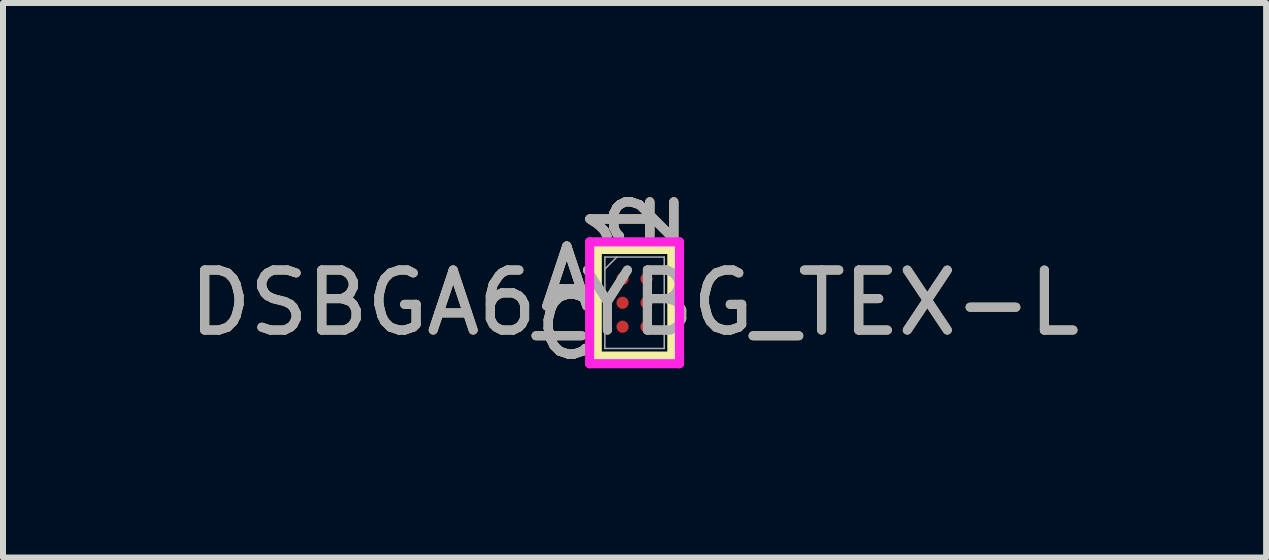
<source format=kicad_pcb>
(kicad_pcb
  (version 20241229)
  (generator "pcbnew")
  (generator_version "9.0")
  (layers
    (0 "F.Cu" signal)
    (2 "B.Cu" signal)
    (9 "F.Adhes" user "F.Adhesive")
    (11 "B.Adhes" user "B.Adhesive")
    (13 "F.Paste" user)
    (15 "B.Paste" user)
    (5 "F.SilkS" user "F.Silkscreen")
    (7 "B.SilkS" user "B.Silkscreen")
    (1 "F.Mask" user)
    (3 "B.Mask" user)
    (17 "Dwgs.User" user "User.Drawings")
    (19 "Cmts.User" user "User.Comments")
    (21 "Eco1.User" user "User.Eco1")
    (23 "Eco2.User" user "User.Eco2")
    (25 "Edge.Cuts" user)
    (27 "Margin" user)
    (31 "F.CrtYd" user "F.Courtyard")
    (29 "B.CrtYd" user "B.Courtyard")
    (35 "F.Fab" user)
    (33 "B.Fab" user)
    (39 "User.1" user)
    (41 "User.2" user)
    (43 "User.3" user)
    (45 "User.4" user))
  (footprint "DSBGA6_YBG_TEX-L"
    (layer "F.Cu")
    (at 7.53 1.998)
    (property "Reference" "DSBGA6_YBG_TEX-L" (at 0 0 0) (unlocked yes) (layer "F.SilkS") (effects (font (size 1 1) (thickness 0.15))))
    (attr smd)
    (fp_line (start -0.622 -0.889) (end -0.622 0.889) (stroke (width 0.152) (type solid)) (layer "F.SilkS"))
    (fp_line (start -0.622 0.889) (end 0.622 0.889) (stroke (width 0.152) (type solid)) (layer "F.SilkS"))
    (fp_line (start 0.622 -0.889) (end -0.622 -0.889) (stroke (width 0.152) (type solid)) (layer "F.SilkS"))
    (fp_line (start 0.622 0.889) (end 0.622 -0.889) (stroke (width 0.152) (type solid)) (layer "F.SilkS"))
    (fp_poly (pts (xy -0.845 -1.045) (xy 0.845 -1.045) (xy 0.845 1.045) (xy -0.845 1.045)) (stroke (width 0.1) (type solid)) (fill no) (layer "Eco2.User"))
    (fp_line (start -0.749 -1.016) (end 0.749 -1.016) (stroke (width 0.152) (type solid)) (layer "F.CrtYd"))
    (fp_line (start -0.749 1.016) (end -0.749 -1.016) (stroke (width 0.152) (type solid)) (layer "F.CrtYd"))
    (fp_line (start 0.749 -1.016) (end 0.749 1.016) (stroke (width 0.152) (type solid)) (layer "F.CrtYd"))
    (fp_line (start 0.749 1.016) (end -0.749 1.016) (stroke (width 0.152) (type solid)) (layer "F.CrtYd"))
    (fp_line (start -0.495 -0.762) (end -0.495 0.762) (stroke (width 0.025) (type solid)) (layer "F.Fab"))
    (fp_line (start -0.495 0.762) (end 0.495 0.762) (stroke (width 0.025) (type solid)) (layer "F.Fab"))
    (fp_line (start -0.295 -0.762) (end -0.495 -0.562) (stroke (width 0.025) (type solid)) (layer "F.Fab"))
    (fp_line (start 0.495 -0.762) (end -0.495 -0.762) (stroke (width 0.025) (type solid)) (layer "F.Fab"))
    (fp_line (start 0.495 0.762) (end 0.495 -0.762) (stroke (width 0.025) (type solid)) (layer "F.Fab"))
    (fp_text user "C" (at -1.13 0.4 0) (unlocked yes) (layer "F.SilkS") (effects (font (size 1 1) (thickness 0.15))))
    (fp_text user "1" (at -0.2 -1.397 90) (unlocked yes) (layer "F.SilkS") (effects (font (size 1 1) (thickness 0.15))))
    (fp_text user "A" (at -1.13 -0.4 0) (unlocked yes) (layer "F.SilkS") (effects (font (size 1 1) (thickness 0.15))))
    (fp_text user "2" (at 0.2 -1.397 90) (unlocked yes) (layer "F.SilkS") (effects (font (size 1 1) (thickness 0.15))))
    (fp_text user "1" (at -0.2 -1.397 90) (unlocked yes) (layer "B.SilkS") (effects (font (size 1 1) (thickness 0.15))))
    (fp_text user "2" (at 0.2 -1.397 90) (unlocked yes) (layer "B.SilkS") (effects (font (size 1 1) (thickness 0.15))))
    (fp_text user "A" (at -1.13 -0.4 0) (unlocked yes) (layer "B.SilkS") (effects (font (size 1 1) (thickness 0.15))))
    (fp_text user "C" (at -1.13 0.4 0) (unlocked yes) (layer "B.SilkS") (effects (font (size 1 1) (thickness 0.15))))
    (fp_text user "${REFERENCE}" (at 0 0 0) (unlocked yes) (layer "F.Fab") (effects (font (size 1 1) (thickness 0.15))))
    (fp_text user "1" (at -0.2 -1.397 90) (unlocked yes) (layer "F.Fab") (effects (font (size 1 1) (thickness 0.15))))
    (fp_text user "A" (at -1.13 -0.4 0) (unlocked yes) (layer "F.Fab") (effects (font (size 1 1) (thickness 0.15))))
    (fp_text user "C" (at -1.13 0.4 0) (unlocked yes) (layer "F.Fab") (effects (font (size 1 1) (thickness 0.15))))
    (fp_text user "2" (at 0.2 -1.397 90) (unlocked yes) (layer "F.Fab") (effects (font (size 1 1) (thickness 0.15))))
    (pad "A1" smd circle (at -0.2 -0.4) (size 0.203 0.203) (layers "F.Cu" "F.Mask" "F.Paste"))
    (pad "A2" smd circle (at 0.2 -0.4) (size 0.203 0.203) (layers "F.Cu" "F.Mask" "F.Paste"))
    (pad "B1" smd circle (at -0.2 0) (size 0.203 0.203) (layers "F.Cu" "F.Mask" "F.Paste"))
    (pad "B2" smd circle (at 0.2 0) (size 0.203 0.203) (layers "F.Cu" "F.Mask" "F.Paste"))
    (pad "C1" smd circle (at -0.2 0.4) (size 0.203 0.203) (layers "F.Cu" "F.Mask" "F.Paste"))
    (pad "C2" smd circle (at 0.2 0.4) (size 0.203 0.203) (layers "F.Cu" "F.Mask" "F.Paste")))
  (gr_rect
    (start -3 -3)
    (end 18.06 6.246)
    (stroke (width 0.1) (type default))
    (fill no)
    (layer "Edge.Cuts")))
</source>
